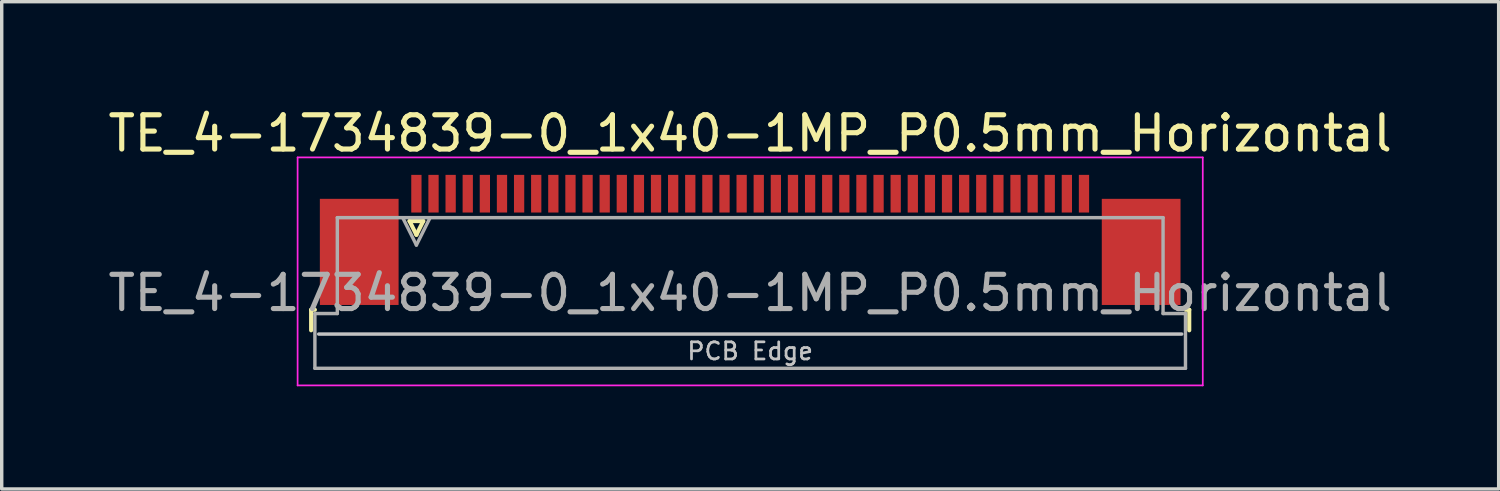
<source format=kicad_pcb>
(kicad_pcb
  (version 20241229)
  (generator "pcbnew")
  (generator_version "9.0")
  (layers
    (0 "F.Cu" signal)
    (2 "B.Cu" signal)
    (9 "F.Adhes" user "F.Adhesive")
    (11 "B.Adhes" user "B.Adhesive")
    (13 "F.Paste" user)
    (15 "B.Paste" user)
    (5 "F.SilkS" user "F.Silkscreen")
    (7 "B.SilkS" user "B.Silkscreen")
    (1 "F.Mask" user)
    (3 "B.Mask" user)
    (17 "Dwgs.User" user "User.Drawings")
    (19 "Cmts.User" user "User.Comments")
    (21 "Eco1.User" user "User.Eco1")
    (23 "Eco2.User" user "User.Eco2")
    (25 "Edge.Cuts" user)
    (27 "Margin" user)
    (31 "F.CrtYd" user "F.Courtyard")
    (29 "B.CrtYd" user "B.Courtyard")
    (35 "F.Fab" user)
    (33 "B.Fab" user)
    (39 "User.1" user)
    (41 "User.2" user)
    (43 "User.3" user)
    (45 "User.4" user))
  (footprint "TE_4-1734839-0_1x40-1MP_P0.5mm_Horizontal"
    (layer "F.Cu")
    (at 18.863 3.958)
    (property "Reference" "TE_4-1734839-0_1x40-1MP_P0.5mm_Horizontal" (at 0 -3.11 180) (layer "F.SilkS") (effects (font (size 1 1) (thickness 0.15))))
    (attr smd)
    (fp_line (start -12.825 2.04) (end -12.825 2.64) (stroke (width 0.12) (type solid)) (layer "F.SilkS"))
    (fp_line (start -12.715 2.04) (end -12.825 2.04) (stroke (width 0.12) (type solid)) (layer "F.SilkS"))
    (fp_line (start -9.95 -0.55) (end -9.75 -0.15) (stroke (width 0.12) (type solid)) (layer "F.SilkS"))
    (fp_line (start -9.75 -0.15) (end -9.55 -0.55) (stroke (width 0.12) (type solid)) (layer "F.SilkS"))
    (fp_line (start -9.55 -0.55) (end -9.95 -0.55) (stroke (width 0.12) (type solid)) (layer "F.SilkS"))
    (fp_line (start 12.715 2.04) (end 12.825 2.04) (stroke (width 0.12) (type solid)) (layer "F.SilkS"))
    (fp_line (start 12.825 2.04) (end 12.825 2.64) (stroke (width 0.12) (type solid)) (layer "F.SilkS"))
    (fp_line (start 12.605 2.75) (end -12.605 2.75) (stroke (width 0.1) (type solid)) (layer "Dwgs.User"))
    (fp_line (start -13.22 -2.41) (end -13.22 4.25) (stroke (width 0.05) (type solid)) (layer "F.CrtYd"))
    (fp_line (start -13.22 4.25) (end 13.22 4.25) (stroke (width 0.05) (type solid)) (layer "F.CrtYd"))
    (fp_line (start 13.22 -2.41) (end -13.22 -2.41) (stroke (width 0.05) (type solid)) (layer "F.CrtYd"))
    (fp_line (start 13.22 4.25) (end 13.22 -2.41) (stroke (width 0.05) (type solid)) (layer "F.CrtYd"))
    (fp_line (start -12.715 2.15) (end -12.06 2.15) (stroke (width 0.1) (type solid)) (layer "F.Fab"))
    (fp_line (start -12.715 3.75) (end -12.715 2.15) (stroke (width 0.1) (type solid)) (layer "F.Fab"))
    (fp_line (start -12.06 -0.65) (end 12.06 -0.65) (stroke (width 0.1) (type solid)) (layer "F.Fab"))
    (fp_line (start -12.06 2.15) (end -12.06 -0.65) (stroke (width 0.1) (type solid)) (layer "F.Fab"))
    (fp_line (start -10.15 -0.65) (end -9.75 0.15) (stroke (width 0.1) (type solid)) (layer "F.Fab"))
    (fp_line (start -9.75 0.15) (end -9.35 -0.65) (stroke (width 0.1) (type solid)) (layer "F.Fab"))
    (fp_line (start 12.06 -0.65) (end 12.06 2.15) (stroke (width 0.1) (type solid)) (layer "F.Fab"))
    (fp_line (start 12.06 2.15) (end 12.715 2.15) (stroke (width 0.1) (type solid)) (layer "F.Fab"))
    (fp_line (start 12.715 2.15) (end 12.715 3.75) (stroke (width 0.1) (type solid)) (layer "F.Fab"))
    (fp_line (start 12.715 3.75) (end -12.715 3.75) (stroke (width 0.1) (type solid)) (layer "F.Fab"))
    (fp_text user "PCB Edge" (at 0 3.25 180) (layer "Dwgs.User") (effects (font (size 0.5 0.5) (thickness 0.08))))
    (fp_text user "${REFERENCE}" (at 0 1.55 180) (layer "F.Fab") (effects (font (size 1 1) (thickness 0.15))))
    (pad "1" smd rect (at -9.75 -1.35) (size 0.3 1.1) (layers "F.Cu" "F.Mask" "F.Paste"))
    (pad "2" smd rect (at -9.25 -1.35) (size 0.3 1.1) (layers "F.Cu" "F.Mask" "F.Paste"))
    (pad "3" smd rect (at -8.75 -1.35) (size 0.3 1.1) (layers "F.Cu" "F.Mask" "F.Paste"))
    (pad "4" smd rect (at -8.25 -1.35) (size 0.3 1.1) (layers "F.Cu" "F.Mask" "F.Paste"))
    (pad "5" smd rect (at -7.75 -1.35) (size 0.3 1.1) (layers "F.Cu" "F.Mask" "F.Paste"))
    (pad "6" smd rect (at -7.25 -1.35) (size 0.3 1.1) (layers "F.Cu" "F.Mask" "F.Paste"))
    (pad "7" smd rect (at -6.75 -1.35) (size 0.3 1.1) (layers "F.Cu" "F.Mask" "F.Paste"))
    (pad "8" smd rect (at -6.25 -1.35) (size 0.3 1.1) (layers "F.Cu" "F.Mask" "F.Paste"))
    (pad "9" smd rect (at -5.75 -1.35) (size 0.3 1.1) (layers "F.Cu" "F.Mask" "F.Paste"))
    (pad "10" smd rect (at -5.25 -1.35) (size 0.3 1.1) (layers "F.Cu" "F.Mask" "F.Paste"))
    (pad "11" smd rect (at -4.75 -1.35) (size 0.3 1.1) (layers "F.Cu" "F.Mask" "F.Paste"))
    (pad "12" smd rect (at -4.25 -1.35) (size 0.3 1.1) (layers "F.Cu" "F.Mask" "F.Paste"))
    (pad "13" smd rect (at -3.75 -1.35) (size 0.3 1.1) (layers "F.Cu" "F.Mask" "F.Paste"))
    (pad "14" smd rect (at -3.25 -1.35) (size 0.3 1.1) (layers "F.Cu" "F.Mask" "F.Paste"))
    (pad "15" smd rect (at -2.75 -1.35) (size 0.3 1.1) (layers "F.Cu" "F.Mask" "F.Paste"))
    (pad "16" smd rect (at -2.25 -1.35) (size 0.3 1.1) (layers "F.Cu" "F.Mask" "F.Paste"))
    (pad "17" smd rect (at -1.75 -1.35) (size 0.3 1.1) (layers "F.Cu" "F.Mask" "F.Paste"))
    (pad "18" smd rect (at -1.25 -1.35) (size 0.3 1.1) (layers "F.Cu" "F.Mask" "F.Paste"))
    (pad "19" smd rect (at -0.75 -1.35) (size 0.3 1.1) (layers "F.Cu" "F.Mask" "F.Paste"))
    (pad "20" smd rect (at -0.25 -1.35) (size 0.3 1.1) (layers "F.Cu" "F.Mask" "F.Paste"))
    (pad "21" smd rect (at 0.25 -1.35) (size 0.3 1.1) (layers "F.Cu" "F.Mask" "F.Paste"))
    (pad "22" smd rect (at 0.75 -1.35) (size 0.3 1.1) (layers "F.Cu" "F.Mask" "F.Paste"))
    (pad "23" smd rect (at 1.25 -1.35) (size 0.3 1.1) (layers "F.Cu" "F.Mask" "F.Paste"))
    (pad "24" smd rect (at 1.75 -1.35) (size 0.3 1.1) (layers "F.Cu" "F.Mask" "F.Paste"))
    (pad "25" smd rect (at 2.25 -1.35) (size 0.3 1.1) (layers "F.Cu" "F.Mask" "F.Paste"))
    (pad "26" smd rect (at 2.75 -1.35) (size 0.3 1.1) (layers "F.Cu" "F.Mask" "F.Paste"))
    (pad "27" smd rect (at 3.25 -1.35) (size 0.3 1.1) (layers "F.Cu" "F.Mask" "F.Paste"))
    (pad "28" smd rect (at 3.75 -1.35) (size 0.3 1.1) (layers "F.Cu" "F.Mask" "F.Paste"))
    (pad "29" smd rect (at 4.25 -1.35) (size 0.3 1.1) (layers "F.Cu" "F.Mask" "F.Paste"))
    (pad "30" smd rect (at 4.75 -1.35) (size 0.3 1.1) (layers "F.Cu" "F.Mask" "F.Paste"))
    (pad "31" smd rect (at 5.25 -1.35) (size 0.3 1.1) (layers "F.Cu" "F.Mask" "F.Paste"))
    (pad "32" smd rect (at 5.75 -1.35) (size 0.3 1.1) (layers "F.Cu" "F.Mask" "F.Paste"))
    (pad "33" smd rect (at 6.25 -1.35) (size 0.3 1.1) (layers "F.Cu" "F.Mask" "F.Paste"))
    (pad "34" smd rect (at 6.75 -1.35) (size 0.3 1.1) (layers "F.Cu" "F.Mask" "F.Paste"))
    (pad "35" smd rect (at 7.25 -1.35) (size 0.3 1.1) (layers "F.Cu" "F.Mask" "F.Paste"))
    (pad "36" smd rect (at 7.75 -1.35) (size 0.3 1.1) (layers "F.Cu" "F.Mask" "F.Paste"))
    (pad "37" smd rect (at 8.25 -1.35) (size 0.3 1.1) (layers "F.Cu" "F.Mask" "F.Paste"))
    (pad "38" smd rect (at 8.75 -1.35) (size 0.3 1.1) (layers "F.Cu" "F.Mask" "F.Paste"))
    (pad "39" smd rect (at 9.25 -1.35) (size 0.3 1.1) (layers "F.Cu" "F.Mask" "F.Paste"))
    (pad "40" smd rect (at 9.75 -1.35) (size 0.3 1.1) (layers "F.Cu" "F.Mask" "F.Paste"))
    (pad "MP" smd rect (at -11.42 0.35) (size 2.3 3.1) (layers "F.Cu" "F.Mask" "F.Paste"))
    (pad "MP" smd rect (at 11.42 0.35) (size 2.3 3.1) (layers "F.Cu" "F.Mask" "F.Paste")))
  (gr_rect
    (start -3 -3)
    (end 40.726 11.233)
    (stroke (width 0.1) (type default))
    (fill no)
    (layer "Edge.Cuts")))
</source>
